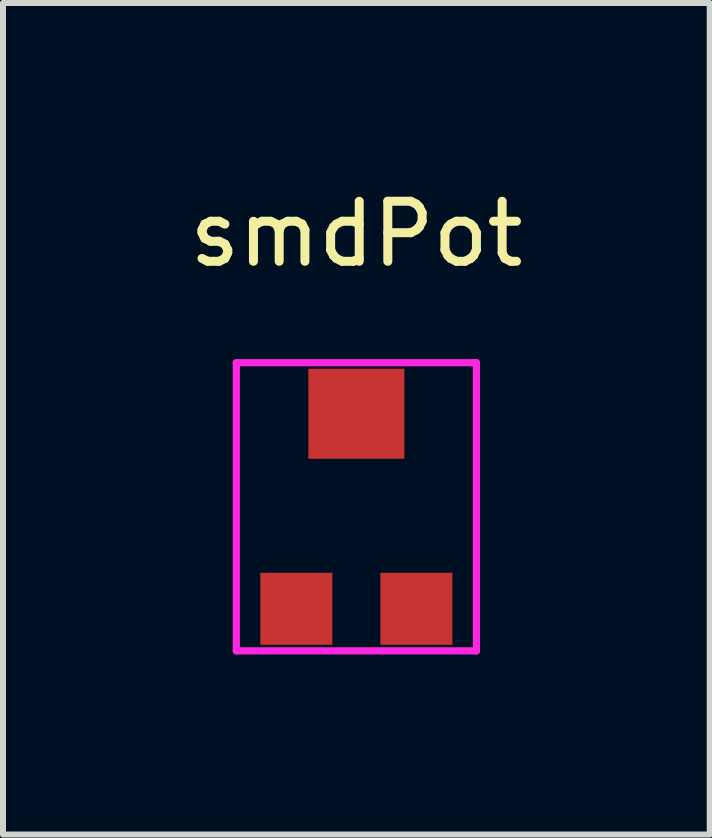
<source format=kicad_pcb>
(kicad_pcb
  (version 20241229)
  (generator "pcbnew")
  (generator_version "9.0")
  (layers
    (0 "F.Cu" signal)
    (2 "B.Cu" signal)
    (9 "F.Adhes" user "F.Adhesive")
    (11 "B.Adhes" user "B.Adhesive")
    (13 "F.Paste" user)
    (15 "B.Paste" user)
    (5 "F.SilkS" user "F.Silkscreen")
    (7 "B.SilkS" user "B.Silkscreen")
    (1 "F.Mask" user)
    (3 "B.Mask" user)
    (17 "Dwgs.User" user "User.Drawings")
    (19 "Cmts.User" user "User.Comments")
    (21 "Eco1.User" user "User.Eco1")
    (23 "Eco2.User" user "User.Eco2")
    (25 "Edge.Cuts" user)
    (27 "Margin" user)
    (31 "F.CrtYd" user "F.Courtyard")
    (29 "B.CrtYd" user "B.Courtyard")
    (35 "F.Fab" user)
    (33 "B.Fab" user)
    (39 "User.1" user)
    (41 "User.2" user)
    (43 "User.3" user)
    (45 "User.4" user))
  (footprint "smdPot"
    (layer "F.Cu")
    (at 2.887 5.293)
    (property "Reference" "smdPot" (at 0 -4.445 0) (layer "F.SilkS") (effects (font (size 1 1) (thickness 0.15))))
    (attr through_hole)
    (fp_line (start -2 -2.3) (end -2 2.5) (stroke (width 0.12) (type solid)) (layer "F.CrtYd"))
    (fp_line (start -2 2.5) (end 2 2.5) (stroke (width 0.12) (type solid)) (layer "F.CrtYd"))
    (fp_line (start 2 -2.3) (end -2 -2.3) (stroke (width 0.12) (type solid)) (layer "F.CrtYd"))
    (fp_line (start 2 2.5) (end 2 -2.3) (stroke (width 0.12) (type solid)) (layer "F.CrtYd"))
    (pad "1" smd rect (at -1 1.8) (size 1.2 1.2) (layers "F.Cu" "F.Mask" "F.Paste"))
    (pad "2" smd rect (at 0 -1.45) (size 1.6 1.5) (layers "F.Cu" "F.Mask" "F.Paste"))
    (pad "3" smd rect (at 1 1.8) (size 1.2 1.2) (layers "F.Cu" "F.Mask" "F.Paste")))
  (gr_rect
    (start -3 -3)
    (end 8.774 10.853)
    (stroke (width 0.1) (type default))
    (fill no)
    (layer "Edge.Cuts")))
</source>
